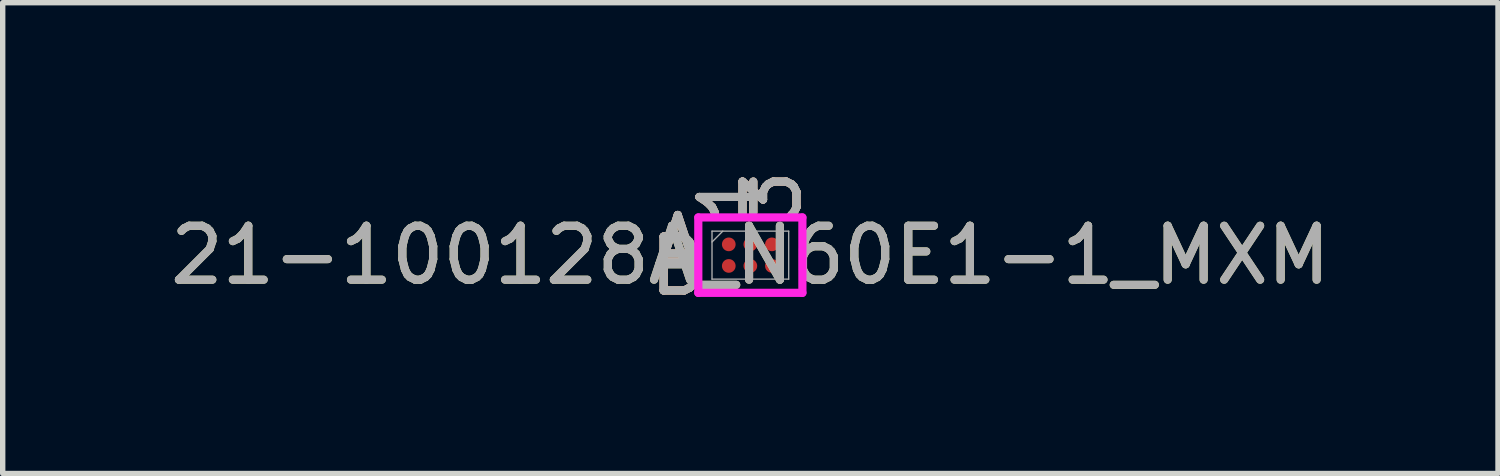
<source format=kicad_pcb>
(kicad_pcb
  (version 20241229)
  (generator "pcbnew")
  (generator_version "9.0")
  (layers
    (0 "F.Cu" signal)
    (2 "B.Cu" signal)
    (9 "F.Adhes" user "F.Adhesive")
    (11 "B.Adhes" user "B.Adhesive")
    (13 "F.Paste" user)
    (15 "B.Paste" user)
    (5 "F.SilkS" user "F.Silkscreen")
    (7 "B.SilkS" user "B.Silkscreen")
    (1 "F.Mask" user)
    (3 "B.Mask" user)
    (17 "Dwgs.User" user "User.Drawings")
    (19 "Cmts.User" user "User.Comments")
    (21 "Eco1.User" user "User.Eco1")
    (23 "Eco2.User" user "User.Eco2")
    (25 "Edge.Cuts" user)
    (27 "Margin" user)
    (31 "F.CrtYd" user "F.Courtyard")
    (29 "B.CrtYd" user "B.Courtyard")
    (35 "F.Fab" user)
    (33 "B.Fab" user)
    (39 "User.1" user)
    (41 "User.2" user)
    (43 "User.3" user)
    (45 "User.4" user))
  (footprint "21-100128A_N60E1-1_MXM"
    (layer "F.Cu")
    (at 10.863 1.681)
    (property "Reference" "21-100128A_N60E1-1_MXM" (at 0 0 0) (unlocked yes) (layer "F.SilkS") (effects (font (size 1 1) (thickness 0.15))))
    (attr smd)
    (fp_poly (pts (xy -1.044 -0.845) (xy 1.044 -0.845) (xy 1.044 0.845) (xy -1.044 0.845)) (stroke (width 0.1) (type solid)) (fill no) (layer "Eco2.User"))
    (fp_line (start -0.965 -0.699) (end 0.965 -0.699) (stroke (width 0.152) (type solid)) (layer "F.CrtYd"))
    (fp_line (start -0.965 0.699) (end -0.965 -0.699) (stroke (width 0.152) (type solid)) (layer "F.CrtYd"))
    (fp_line (start 0.965 -0.699) (end 0.965 0.699) (stroke (width 0.152) (type solid)) (layer "F.CrtYd"))
    (fp_line (start 0.965 0.699) (end -0.965 0.699) (stroke (width 0.152) (type solid)) (layer "F.CrtYd"))
    (fp_line (start -0.711 -0.445) (end -0.711 0.445) (stroke (width 0.025) (type solid)) (layer "F.Fab"))
    (fp_line (start -0.711 0.445) (end 0.711 0.445) (stroke (width 0.025) (type solid)) (layer "F.Fab"))
    (fp_line (start -0.511 -0.445) (end -0.711 -0.244) (stroke (width 0.025) (type solid)) (layer "F.Fab"))
    (fp_line (start 0.711 -0.445) (end -0.711 -0.445) (stroke (width 0.025) (type solid)) (layer "F.Fab"))
    (fp_line (start 0.711 0.445) (end 0.711 -0.445) (stroke (width 0.025) (type solid)) (layer "F.Fab"))
    (fp_text user "3" (at 0.4 -1.079 90) (unlocked yes) (layer "F.SilkS") (effects (font (size 1 1) (thickness 0.15))))
    (fp_text user "A" (at -1.346 -0.2 0) (unlocked yes) (layer "F.SilkS") (effects (font (size 1 1) (thickness 0.15))))
    (fp_text user "1" (at -0.4 -1.079 90) (unlocked yes) (layer "F.SilkS") (effects (font (size 1 1) (thickness 0.15))))
    (fp_text user "B" (at -1.346 0.2 0) (unlocked yes) (layer "F.SilkS") (effects (font (size 1 1) (thickness 0.15))))
    (fp_text user "3" (at 0.4 -1.079 90) (unlocked yes) (layer "B.SilkS") (effects (font (size 1 1) (thickness 0.15))))
    (fp_text user "1" (at -0.4 -1.079 90) (unlocked yes) (layer "B.SilkS") (effects (font (size 1 1) (thickness 0.15))))
    (fp_text user "B" (at -1.346 0.2 0) (unlocked yes) (layer "B.SilkS") (effects (font (size 1 1) (thickness 0.15))))
    (fp_text user "A" (at -1.346 -0.2 0) (unlocked yes) (layer "B.SilkS") (effects (font (size 1 1) (thickness 0.15))))
    (fp_text user "1" (at -0.4 -1.079 90) (unlocked yes) (layer "F.Fab") (effects (font (size 1 1) (thickness 0.15))))
    (fp_text user "${REFERENCE}" (at 0 0 0) (unlocked yes) (layer "F.Fab") (effects (font (size 1 1) (thickness 0.15))))
    (fp_text user "A" (at -1.346 -0.2 0) (unlocked yes) (layer "F.Fab") (effects (font (size 1 1) (thickness 0.15))))
    (fp_text user "3" (at 0.4 -1.079 90) (unlocked yes) (layer "F.Fab") (effects (font (size 1 1) (thickness 0.15))))
    (fp_text user "B" (at -1.346 0.2 0) (unlocked yes) (layer "F.Fab") (effects (font (size 1 1) (thickness 0.15))))
    (pad "A1" smd circle (at -0.4 -0.2) (size 0.254 0.254) (layers "F.Cu" "F.Mask" "F.Paste"))
    (pad "A2" smd circle (at 0 -0.2) (size 0.254 0.254) (layers "F.Cu" "F.Mask" "F.Paste"))
    (pad "A3" smd circle (at 0.4 -0.2) (size 0.254 0.254) (layers "F.Cu" "F.Mask" "F.Paste"))
    (pad "B1" smd circle (at -0.4 0.2) (size 0.254 0.254) (layers "F.Cu" "F.Mask" "F.Paste"))
    (pad "B2" smd circle (at 0 0.2) (size 0.254 0.254) (layers "F.Cu" "F.Mask" "F.Paste"))
    (pad "B3" smd circle (at 0.4 0.2) (size 0.254 0.254) (layers "F.Cu" "F.Mask" "F.Paste")))
  (gr_rect
    (start -3 -3)
    (end 24.726 5.729)
    (stroke (width 0.1) (type default))
    (fill no)
    (layer "Edge.Cuts")))
</source>
